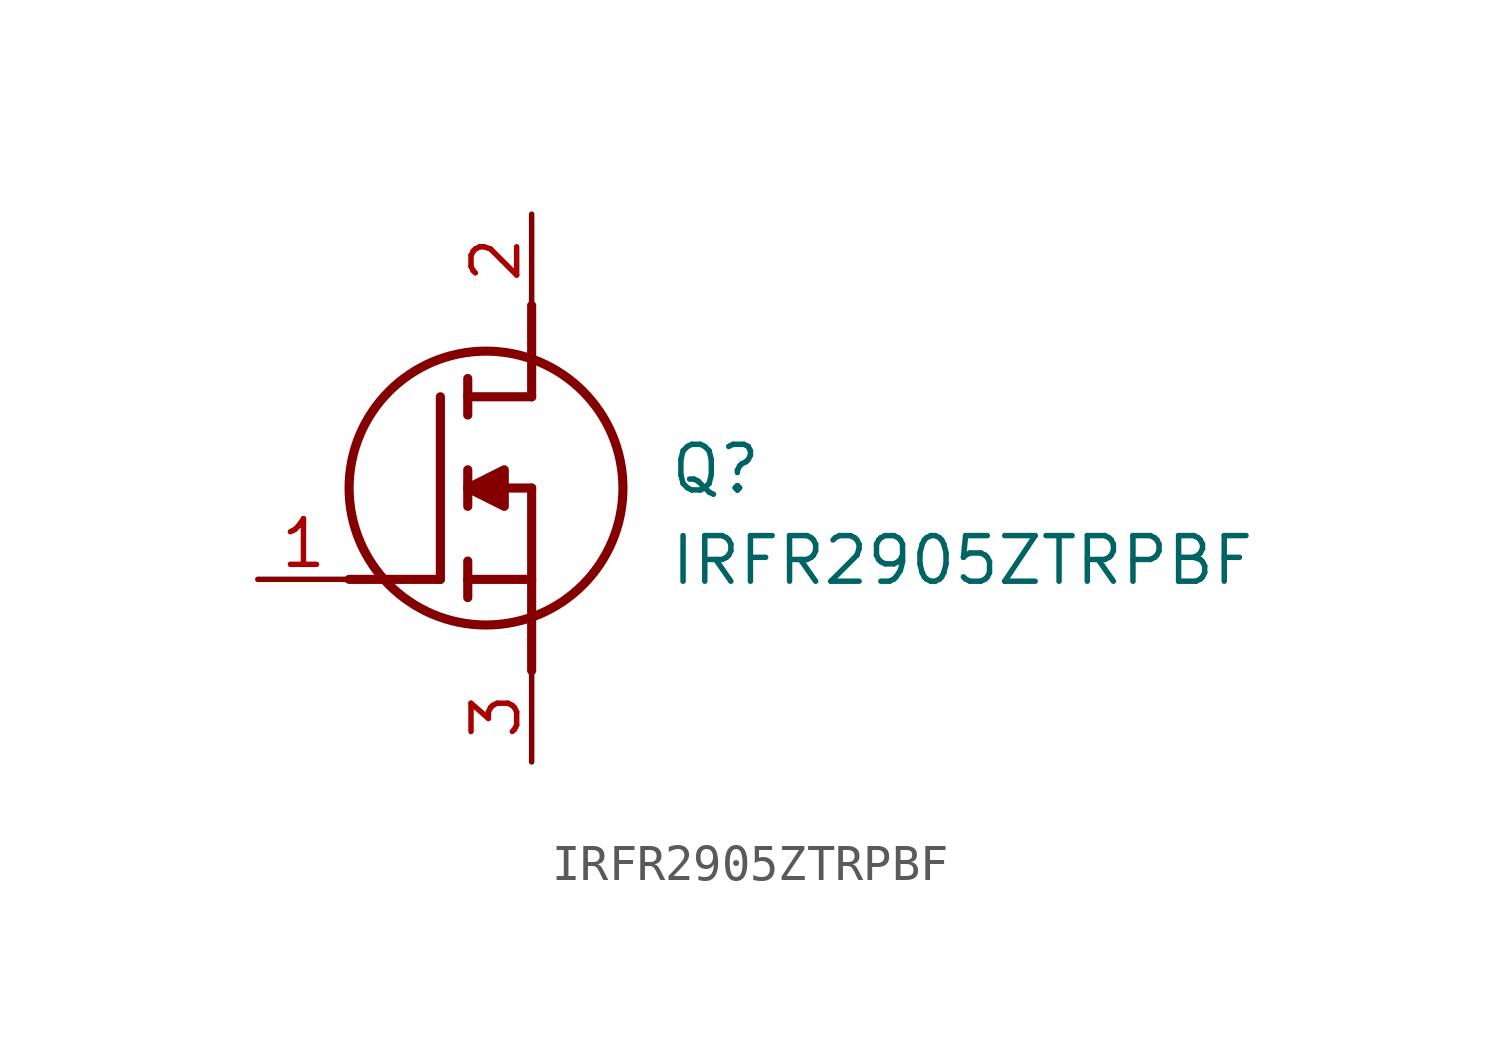
<source format=kicad_sym>
(kicad_symbol_lib
  (version 20211014)
  (generator SamacSys_ECAD_Model)
  (symbol "IRFR2905ZTRPBF"
    (pin_names hide)
    (property "Reference" "Q"
      (at 11.43 3.81 0)
      (effects (font (size 1.27 1.27)) (justify left top)))
    (property "Value" "IRFR2905ZTRPBF"
      (at 11.43 1.27 0)
      (effects (font (size 1.27 1.27)) (justify left top)))
    (polyline
      (pts (xy 7.62 2.54) (xy 7.62 -2.54))
      (stroke (width 0.254) (type default))
      (fill (type none)))
    (polyline
      (pts (xy 7.62 5.08) (xy 7.62 7.62))
      (stroke (width 0.254) (type default))
      (fill (type none)))
    (polyline
      (pts (xy 2.54 0) (xy 5.08 0))
      (stroke (width 0.254) (type default))
      (fill (type none)))
    (polyline
      (pts (xy 5.08 5.08) (xy 5.08 0))
      (stroke (width 0.254) (type default))
      (fill (type none)))
    (polyline
      (pts (xy 7.62 2.54) (xy 5.842 2.54))
      (stroke (width 0.254) (type default))
      (fill (type none)))
    (polyline
      (pts (xy 7.62 5.08) (xy 5.842 5.08))
      (stroke (width 0.254) (type default))
      (fill (type none)))
    (polyline
      (pts (xy 5.842 0) (xy 7.62 0))
      (stroke (width 0.254) (type default))
      (fill (type none)))
    (polyline
      (pts (xy 5.842 5.588) (xy 5.842 4.572))
      (stroke (width 0.254) (type default))
      (fill (type none)))
    (polyline
      (pts (xy 5.842 -0.508) (xy 5.842 0.508))
      (stroke (width 0.254) (type default))
      (fill (type none)))
    (polyline
      (pts (xy 5.842 2.032) (xy 5.842 3.048))
      (stroke (width 0.254) (type default))
      (fill (type none)))
    (circle
      (center 6.35 2.54)
      (radius 3.81)
      (stroke (width 0.254) (type default))
      (fill (type none)))
    (polyline
      (pts (xy 5.842 2.54) (xy 6.858 3.048) (xy 6.858 2.032) (xy 5.842 2.54))
      (stroke (width 0.254) (type default))
      (fill (type outline)))
    (pin passive line
      (at 0 0 0)
      (length 2.54)
      (name "G" (effects (font (size 1.27 1.27))))
      (number "1" (effects (font (size 1.27 1.27)))))
    (pin passive line
      (at 7.62 10.16 270)
      (length 2.54)
      (name "D" (effects (font (size 1.27 1.27))))
      (number "2" (effects (font (size 1.27 1.27)))))
    (pin passive line
      (at 7.62 -5.08 90)
      (length 2.54)
      (name "S" (effects (font (size 1.27 1.27))))
      (number "3" (effects (font (size 1.27 1.27)))))))
</source>
